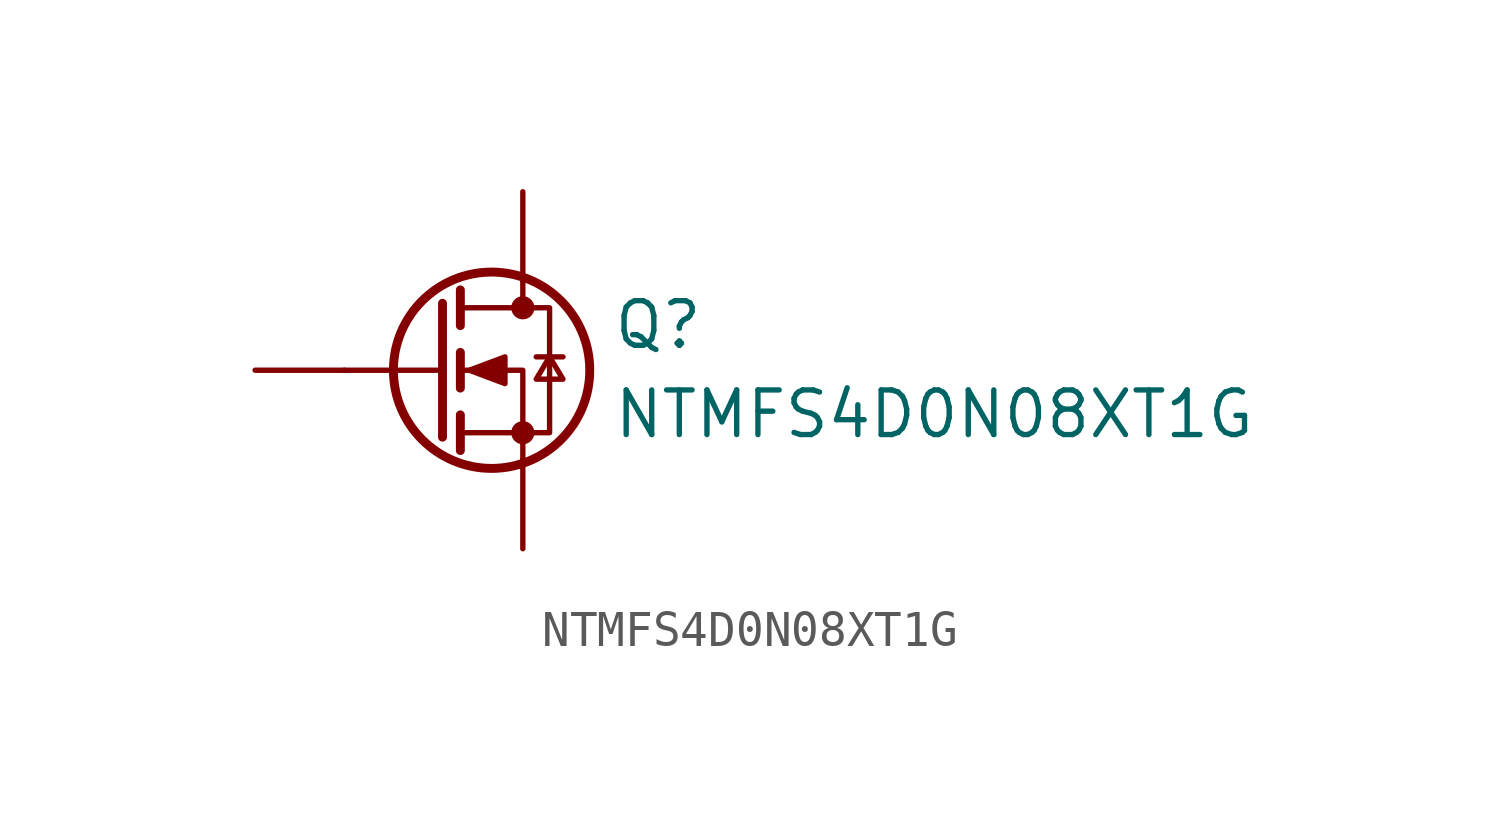
<source format=kicad_sym>
(kicad_symbol_lib
  (version 20241209)
  (generator "kicad_symbol_editor")
  (generator_version "9.0")
  (symbol "NTMFS4D0N08XT1G"
    (property "Reference" "Q"
      (at 2.54 2.032 0)
      (effects (font (size 1.27 1.27)) (justify left top)))
    (property "Value" "NTMFS4D0N08XT1G"
      (at 2.54 -0.508 0)
      (effects (font (size 1.27 1.27)) (justify left top)))
    (symbol "NTMFS4D0N08XT1G_0_1"
      (polyline (pts (xy -2.286 1.905) (xy -2.286 -1.905)) (stroke (width 0.254) (type default)) (fill (type none)))
      (polyline (pts (xy -2.286 0) (xy -5.08 0)) (stroke (width 0) (type default)) (fill (type none)))
      (polyline (pts (xy -1.778 2.286) (xy -1.778 1.27)) (stroke (width 0.254) (type default)) (fill (type none)))
      (polyline (pts (xy -1.778 0.508) (xy -1.778 -0.508)) (stroke (width 0.254) (type default)) (fill (type none)))
      (polyline (pts (xy -1.778 -1.27) (xy -1.778 -2.286)) (stroke (width 0.254) (type default)) (fill (type none)))
      (polyline (pts (xy -1.778 -1.778) (xy 0.762 -1.778) (xy 0.762 1.778) (xy -1.778 1.778)) (stroke (width 0) (type default)) (fill (type none)))
      (polyline (pts (xy -1.524 0) (xy -0.508 0.381) (xy -0.508 -0.381) (xy -1.524 0)) (stroke (width 0) (type default)) (fill (type outline)))
      (circle (center -0.889 0) (radius 2.794) (stroke (width 0.254) (type default)) (fill (type none)))
      (polyline (pts (xy 0 2.54) (xy 0 1.778)) (stroke (width 0) (type default)) (fill (type none)))
      (circle (center 0 1.778) (radius 0.254) (stroke (width 0) (type default)) (fill (type outline)))
      (circle (center 0 -1.778) (radius 0.254) (stroke (width 0) (type default)) (fill (type outline)))
      (polyline (pts (xy 0 -2.54) (xy 0 0) (xy -1.778 0)) (stroke (width 0) (type default)) (fill (type none)))
      (polyline (pts (xy 0.381 0.381) (xy 1.143 0.381)) (stroke (width 0) (type default)) (fill (type none)))
      (polyline (pts (xy 0.762 0.381) (xy 0.381 -0.254) (xy 1.143 -0.254) (xy 0.762 0.381)) (stroke (width 0) (type default)) (fill (type none))))
    (symbol "NTMFS4D0N08XT1G_1_1"
      (pin input line (at -7.62 0 0) (length 2.54) (name "" (effects (font (size 1.27 1.27)))) (number "4" (effects (font (size 0 0)))))
      (pin passive line (at 0 5.08 270) (length 2.54) (name "" (effects (font (size 1.27 1.27)))) (number "5" (effects (font (size 0 0)))))
      (pin passive line (at 0 -5.08 90) (length 2.54) (name "" (effects (font (size 1.27 1.27)))) (number "1" (effects (font (size 0 0))))))))
</source>
